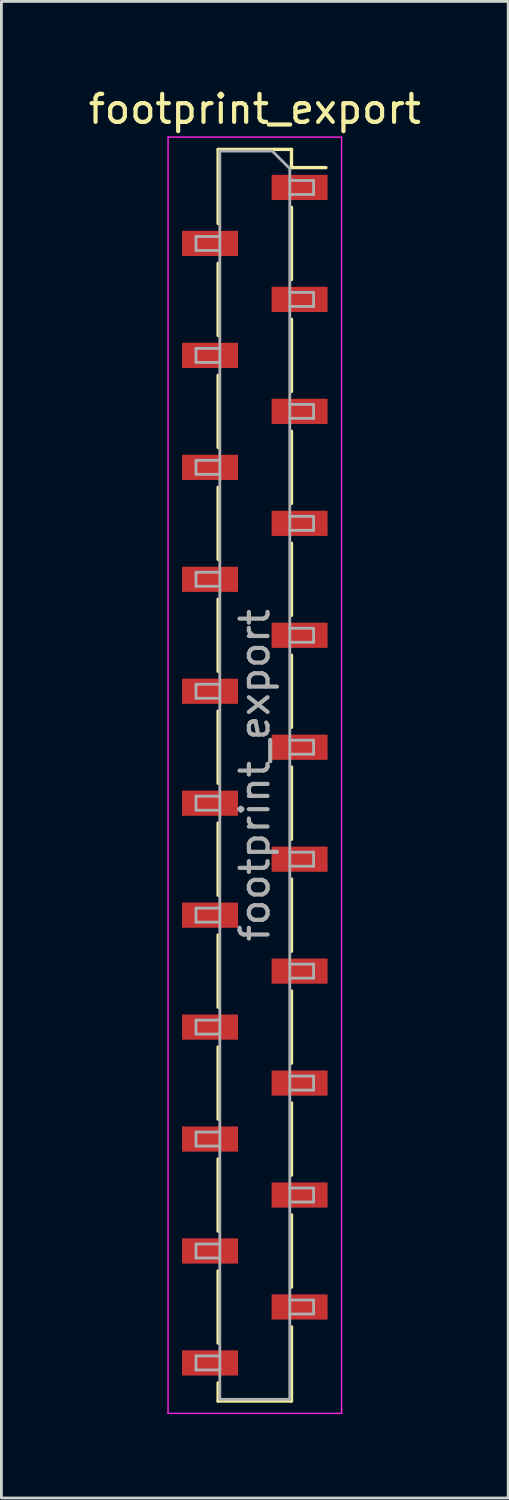
<source format=kicad_pcb>
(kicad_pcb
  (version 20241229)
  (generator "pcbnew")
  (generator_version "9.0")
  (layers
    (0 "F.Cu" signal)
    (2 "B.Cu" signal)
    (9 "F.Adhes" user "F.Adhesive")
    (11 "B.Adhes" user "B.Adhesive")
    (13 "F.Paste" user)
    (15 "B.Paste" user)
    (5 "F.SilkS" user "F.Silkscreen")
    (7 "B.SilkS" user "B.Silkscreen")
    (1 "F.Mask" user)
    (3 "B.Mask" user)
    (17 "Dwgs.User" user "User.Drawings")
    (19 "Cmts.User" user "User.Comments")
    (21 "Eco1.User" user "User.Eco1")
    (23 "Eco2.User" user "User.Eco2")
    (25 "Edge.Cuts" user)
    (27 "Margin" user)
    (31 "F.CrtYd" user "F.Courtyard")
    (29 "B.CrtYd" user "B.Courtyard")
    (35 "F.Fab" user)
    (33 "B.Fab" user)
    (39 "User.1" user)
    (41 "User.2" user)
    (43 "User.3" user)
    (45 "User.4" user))
  (footprint "footprint_export"
    (layer "F.Cu")
    (at 6.054 24.648)
    (property "Reference" "footprint_export" (at 0 -23.8 0) (layer "F.SilkS") (effects (font (size 1 1) (thickness 0.15))))
    (attr smd)
    (fp_line (start -1.31 -22.36) (end -1.31 -19.71) (stroke (width 0.12) (type solid)) (layer "F.SilkS"))
    (fp_line (start -1.31 -22.36) (end 1.31 -22.36) (stroke (width 0.12) (type solid)) (layer "F.SilkS"))
    (fp_line (start -1.31 -18.29) (end -1.31 -15.71) (stroke (width 0.12) (type solid)) (layer "F.SilkS"))
    (fp_line (start -1.31 -14.29) (end -1.31 -11.71) (stroke (width 0.12) (type solid)) (layer "F.SilkS"))
    (fp_line (start -1.31 -10.29) (end -1.31 -7.71) (stroke (width 0.12) (type solid)) (layer "F.SilkS"))
    (fp_line (start -1.31 -6.29) (end -1.31 -3.71) (stroke (width 0.12) (type solid)) (layer "F.SilkS"))
    (fp_line (start -1.31 -2.29) (end -1.31 0.29) (stroke (width 0.12) (type solid)) (layer "F.SilkS"))
    (fp_line (start -1.31 1.71) (end -1.31 4.29) (stroke (width 0.12) (type solid)) (layer "F.SilkS"))
    (fp_line (start -1.31 5.71) (end -1.31 8.29) (stroke (width 0.12) (type solid)) (layer "F.SilkS"))
    (fp_line (start -1.31 9.71) (end -1.31 12.29) (stroke (width 0.12) (type solid)) (layer "F.SilkS"))
    (fp_line (start -1.31 13.71) (end -1.31 16.29) (stroke (width 0.12) (type solid)) (layer "F.SilkS"))
    (fp_line (start -1.31 17.71) (end -1.31 20.29) (stroke (width 0.12) (type solid)) (layer "F.SilkS"))
    (fp_line (start -1.31 21.71) (end -1.31 22.36) (stroke (width 0.12) (type solid)) (layer "F.SilkS"))
    (fp_line (start -1.31 22.36) (end 1.31 22.36) (stroke (width 0.12) (type solid)) (layer "F.SilkS"))
    (fp_line (start 1.31 -22.36) (end 1.31 -21.71) (stroke (width 0.12) (type solid)) (layer "F.SilkS"))
    (fp_line (start 1.31 -21.71) (end 2.54 -21.71) (stroke (width 0.12) (type solid)) (layer "F.SilkS"))
    (fp_line (start 1.31 -20.29) (end 1.31 -17.71) (stroke (width 0.12) (type solid)) (layer "F.SilkS"))
    (fp_line (start 1.31 -16.29) (end 1.31 -13.71) (stroke (width 0.12) (type solid)) (layer "F.SilkS"))
    (fp_line (start 1.31 -12.29) (end 1.31 -9.71) (stroke (width 0.12) (type solid)) (layer "F.SilkS"))
    (fp_line (start 1.31 -8.29) (end 1.31 -5.71) (stroke (width 0.12) (type solid)) (layer "F.SilkS"))
    (fp_line (start 1.31 -4.29) (end 1.31 -1.71) (stroke (width 0.12) (type solid)) (layer "F.SilkS"))
    (fp_line (start 1.31 -0.29) (end 1.31 2.29) (stroke (width 0.12) (type solid)) (layer "F.SilkS"))
    (fp_line (start 1.31 3.71) (end 1.31 6.29) (stroke (width 0.12) (type solid)) (layer "F.SilkS"))
    (fp_line (start 1.31 7.71) (end 1.31 10.29) (stroke (width 0.12) (type solid)) (layer "F.SilkS"))
    (fp_line (start 1.31 11.71) (end 1.31 14.29) (stroke (width 0.12) (type solid)) (layer "F.SilkS"))
    (fp_line (start 1.31 15.71) (end 1.31 18.29) (stroke (width 0.12) (type solid)) (layer "F.SilkS"))
    (fp_line (start 1.31 19.71) (end 1.31 22.36) (stroke (width 0.12) (type solid)) (layer "F.SilkS"))
    (fp_line (start -3.1 -22.8) (end 3.1 -22.8) (stroke (width 0.05) (type solid)) (layer "F.CrtYd"))
    (fp_line (start -3.1 22.8) (end -3.1 -22.8) (stroke (width 0.05) (type solid)) (layer "F.CrtYd"))
    (fp_line (start 3.1 -22.8) (end 3.1 22.8) (stroke (width 0.05) (type solid)) (layer "F.CrtYd"))
    (fp_line (start 3.1 22.8) (end -3.1 22.8) (stroke (width 0.05) (type solid)) (layer "F.CrtYd"))
    (fp_line (start -2.1 -19.25) (end -1.25 -19.25) (stroke (width 0.1) (type solid)) (layer "F.Fab"))
    (fp_line (start -2.1 -18.75) (end -2.1 -19.25) (stroke (width 0.1) (type solid)) (layer "F.Fab"))
    (fp_line (start -2.1 -15.25) (end -1.25 -15.25) (stroke (width 0.1) (type solid)) (layer "F.Fab"))
    (fp_line (start -2.1 -14.75) (end -2.1 -15.25) (stroke (width 0.1) (type solid)) (layer "F.Fab"))
    (fp_line (start -2.1 -11.25) (end -1.25 -11.25) (stroke (width 0.1) (type solid)) (layer "F.Fab"))
    (fp_line (start -2.1 -10.75) (end -2.1 -11.25) (stroke (width 0.1) (type solid)) (layer "F.Fab"))
    (fp_line (start -2.1 -7.25) (end -1.25 -7.25) (stroke (width 0.1) (type solid)) (layer "F.Fab"))
    (fp_line (start -2.1 -6.75) (end -2.1 -7.25) (stroke (width 0.1) (type solid)) (layer "F.Fab"))
    (fp_line (start -2.1 -3.25) (end -1.25 -3.25) (stroke (width 0.1) (type solid)) (layer "F.Fab"))
    (fp_line (start -2.1 -2.75) (end -2.1 -3.25) (stroke (width 0.1) (type solid)) (layer "F.Fab"))
    (fp_line (start -2.1 0.75) (end -1.25 0.75) (stroke (width 0.1) (type solid)) (layer "F.Fab"))
    (fp_line (start -2.1 1.25) (end -2.1 0.75) (stroke (width 0.1) (type solid)) (layer "F.Fab"))
    (fp_line (start -2.1 4.75) (end -1.25 4.75) (stroke (width 0.1) (type solid)) (layer "F.Fab"))
    (fp_line (start -2.1 5.25) (end -2.1 4.75) (stroke (width 0.1) (type solid)) (layer "F.Fab"))
    (fp_line (start -2.1 8.75) (end -1.25 8.75) (stroke (width 0.1) (type solid)) (layer "F.Fab"))
    (fp_line (start -2.1 9.25) (end -2.1 8.75) (stroke (width 0.1) (type solid)) (layer "F.Fab"))
    (fp_line (start -2.1 12.75) (end -1.25 12.75) (stroke (width 0.1) (type solid)) (layer "F.Fab"))
    (fp_line (start -2.1 13.25) (end -2.1 12.75) (stroke (width 0.1) (type solid)) (layer "F.Fab"))
    (fp_line (start -2.1 16.75) (end -1.25 16.75) (stroke (width 0.1) (type solid)) (layer "F.Fab"))
    (fp_line (start -2.1 17.25) (end -2.1 16.75) (stroke (width 0.1) (type solid)) (layer "F.Fab"))
    (fp_line (start -2.1 20.75) (end -1.25 20.75) (stroke (width 0.1) (type solid)) (layer "F.Fab"))
    (fp_line (start -2.1 21.25) (end -2.1 20.75) (stroke (width 0.1) (type solid)) (layer "F.Fab"))
    (fp_line (start -1.25 -22.3) (end 0.625 -22.3) (stroke (width 0.1) (type solid)) (layer "F.Fab"))
    (fp_line (start -1.25 -18.75) (end -2.1 -18.75) (stroke (width 0.1) (type solid)) (layer "F.Fab"))
    (fp_line (start -1.25 -14.75) (end -2.1 -14.75) (stroke (width 0.1) (type solid)) (layer "F.Fab"))
    (fp_line (start -1.25 -10.75) (end -2.1 -10.75) (stroke (width 0.1) (type solid)) (layer "F.Fab"))
    (fp_line (start -1.25 -6.75) (end -2.1 -6.75) (stroke (width 0.1) (type solid)) (layer "F.Fab"))
    (fp_line (start -1.25 -2.75) (end -2.1 -2.75) (stroke (width 0.1) (type solid)) (layer "F.Fab"))
    (fp_line (start -1.25 1.25) (end -2.1 1.25) (stroke (width 0.1) (type solid)) (layer "F.Fab"))
    (fp_line (start -1.25 5.25) (end -2.1 5.25) (stroke (width 0.1) (type solid)) (layer "F.Fab"))
    (fp_line (start -1.25 9.25) (end -2.1 9.25) (stroke (width 0.1) (type solid)) (layer "F.Fab"))
    (fp_line (start -1.25 13.25) (end -2.1 13.25) (stroke (width 0.1) (type solid)) (layer "F.Fab"))
    (fp_line (start -1.25 17.25) (end -2.1 17.25) (stroke (width 0.1) (type solid)) (layer "F.Fab"))
    (fp_line (start -1.25 21.25) (end -2.1 21.25) (stroke (width 0.1) (type solid)) (layer "F.Fab"))
    (fp_line (start -1.25 22.3) (end -1.25 -22.3) (stroke (width 0.1) (type solid)) (layer "F.Fab"))
    (fp_line (start 0.625 -22.3) (end 1.25 -21.675) (stroke (width 0.1) (type solid)) (layer "F.Fab"))
    (fp_line (start 1.25 -21.675) (end 1.25 22.3) (stroke (width 0.1) (type solid)) (layer "F.Fab"))
    (fp_line (start 1.25 -21.25) (end 2.1 -21.25) (stroke (width 0.1) (type solid)) (layer "F.Fab"))
    (fp_line (start 1.25 -17.25) (end 2.1 -17.25) (stroke (width 0.1) (type solid)) (layer "F.Fab"))
    (fp_line (start 1.25 -13.25) (end 2.1 -13.25) (stroke (width 0.1) (type solid)) (layer "F.Fab"))
    (fp_line (start 1.25 -9.25) (end 2.1 -9.25) (stroke (width 0.1) (type solid)) (layer "F.Fab"))
    (fp_line (start 1.25 -5.25) (end 2.1 -5.25) (stroke (width 0.1) (type solid)) (layer "F.Fab"))
    (fp_line (start 1.25 -1.25) (end 2.1 -1.25) (stroke (width 0.1) (type solid)) (layer "F.Fab"))
    (fp_line (start 1.25 2.75) (end 2.1 2.75) (stroke (width 0.1) (type solid)) (layer "F.Fab"))
    (fp_line (start 1.25 6.75) (end 2.1 6.75) (stroke (width 0.1) (type solid)) (layer "F.Fab"))
    (fp_line (start 1.25 10.75) (end 2.1 10.75) (stroke (width 0.1) (type solid)) (layer "F.Fab"))
    (fp_line (start 1.25 14.75) (end 2.1 14.75) (stroke (width 0.1) (type solid)) (layer "F.Fab"))
    (fp_line (start 1.25 18.75) (end 2.1 18.75) (stroke (width 0.1) (type solid)) (layer "F.Fab"))
    (fp_line (start 1.25 22.3) (end -1.25 22.3) (stroke (width 0.1) (type solid)) (layer "F.Fab"))
    (fp_line (start 2.1 -21.25) (end 2.1 -20.75) (stroke (width 0.1) (type solid)) (layer "F.Fab"))
    (fp_line (start 2.1 -20.75) (end 1.25 -20.75) (stroke (width 0.1) (type solid)) (layer "F.Fab"))
    (fp_line (start 2.1 -17.25) (end 2.1 -16.75) (stroke (width 0.1) (type solid)) (layer "F.Fab"))
    (fp_line (start 2.1 -16.75) (end 1.25 -16.75) (stroke (width 0.1) (type solid)) (layer "F.Fab"))
    (fp_line (start 2.1 -13.25) (end 2.1 -12.75) (stroke (width 0.1) (type solid)) (layer "F.Fab"))
    (fp_line (start 2.1 -12.75) (end 1.25 -12.75) (stroke (width 0.1) (type solid)) (layer "F.Fab"))
    (fp_line (start 2.1 -9.25) (end 2.1 -8.75) (stroke (width 0.1) (type solid)) (layer "F.Fab"))
    (fp_line (start 2.1 -8.75) (end 1.25 -8.75) (stroke (width 0.1) (type solid)) (layer "F.Fab"))
    (fp_line (start 2.1 -5.25) (end 2.1 -4.75) (stroke (width 0.1) (type solid)) (layer "F.Fab"))
    (fp_line (start 2.1 -4.75) (end 1.25 -4.75) (stroke (width 0.1) (type solid)) (layer "F.Fab"))
    (fp_line (start 2.1 -1.25) (end 2.1 -0.75) (stroke (width 0.1) (type solid)) (layer "F.Fab"))
    (fp_line (start 2.1 -0.75) (end 1.25 -0.75) (stroke (width 0.1) (type solid)) (layer "F.Fab"))
    (fp_line (start 2.1 2.75) (end 2.1 3.25) (stroke (width 0.1) (type solid)) (layer "F.Fab"))
    (fp_line (start 2.1 3.25) (end 1.25 3.25) (stroke (width 0.1) (type solid)) (layer "F.Fab"))
    (fp_line (start 2.1 6.75) (end 2.1 7.25) (stroke (width 0.1) (type solid)) (layer "F.Fab"))
    (fp_line (start 2.1 7.25) (end 1.25 7.25) (stroke (width 0.1) (type solid)) (layer "F.Fab"))
    (fp_line (start 2.1 10.75) (end 2.1 11.25) (stroke (width 0.1) (type solid)) (layer "F.Fab"))
    (fp_line (start 2.1 11.25) (end 1.25 11.25) (stroke (width 0.1) (type solid)) (layer "F.Fab"))
    (fp_line (start 2.1 14.75) (end 2.1 15.25) (stroke (width 0.1) (type solid)) (layer "F.Fab"))
    (fp_line (start 2.1 15.25) (end 1.25 15.25) (stroke (width 0.1) (type solid)) (layer "F.Fab"))
    (fp_line (start 2.1 18.75) (end 2.1 19.25) (stroke (width 0.1) (type solid)) (layer "F.Fab"))
    (fp_line (start 2.1 19.25) (end 1.25 19.25) (stroke (width 0.1) (type solid)) (layer "F.Fab"))
    (fp_text user "${REFERENCE}" (at 0 0 90) (layer "F.Fab") (effects (font (size 1 1) (thickness 0.15))))
    (pad "1" smd rect (at 1.6 -21) (size 2 0.9) (layers "F.Cu" "F.Mask" "F.Paste"))
    (pad "2" smd rect (at -1.6 -19) (size 2 0.9) (layers "F.Cu" "F.Mask" "F.Paste"))
    (pad "3" smd rect (at 1.6 -17) (size 2 0.9) (layers "F.Cu" "F.Mask" "F.Paste"))
    (pad "4" smd rect (at -1.6 -15) (size 2 0.9) (layers "F.Cu" "F.Mask" "F.Paste"))
    (pad "5" smd rect (at 1.6 -13) (size 2 0.9) (layers "F.Cu" "F.Mask" "F.Paste"))
    (pad "6" smd rect (at -1.6 -11) (size 2 0.9) (layers "F.Cu" "F.Mask" "F.Paste"))
    (pad "7" smd rect (at 1.6 -9) (size 2 0.9) (layers "F.Cu" "F.Mask" "F.Paste"))
    (pad "8" smd rect (at -1.6 -7) (size 2 0.9) (layers "F.Cu" "F.Mask" "F.Paste"))
    (pad "9" smd rect (at 1.6 -5) (size 2 0.9) (layers "F.Cu" "F.Mask" "F.Paste"))
    (pad "10" smd rect (at -1.6 -3) (size 2 0.9) (layers "F.Cu" "F.Mask" "F.Paste"))
    (pad "11" smd rect (at 1.6 -1) (size 2 0.9) (layers "F.Cu" "F.Mask" "F.Paste"))
    (pad "12" smd rect (at -1.6 1) (size 2 0.9) (layers "F.Cu" "F.Mask" "F.Paste"))
    (pad "13" smd rect (at 1.6 3) (size 2 0.9) (layers "F.Cu" "F.Mask" "F.Paste"))
    (pad "14" smd rect (at -1.6 5) (size 2 0.9) (layers "F.Cu" "F.Mask" "F.Paste"))
    (pad "15" smd rect (at 1.6 7) (size 2 0.9) (layers "F.Cu" "F.Mask" "F.Paste"))
    (pad "16" smd rect (at -1.6 9) (size 2 0.9) (layers "F.Cu" "F.Mask" "F.Paste"))
    (pad "17" smd rect (at 1.6 11) (size 2 0.9) (layers "F.Cu" "F.Mask" "F.Paste"))
    (pad "18" smd rect (at -1.6 13) (size 2 0.9) (layers "F.Cu" "F.Mask" "F.Paste"))
    (pad "19" smd rect (at 1.6 15) (size 2 0.9) (layers "F.Cu" "F.Mask" "F.Paste"))
    (pad "20" smd rect (at -1.6 17) (size 2 0.9) (layers "F.Cu" "F.Mask" "F.Paste"))
    (pad "21" smd rect (at 1.6 19) (size 2 0.9) (layers "F.Cu" "F.Mask" "F.Paste"))
    (pad "22" smd rect (at -1.6 21) (size 2 0.9) (layers "F.Cu" "F.Mask" "F.Paste")))
  (gr_rect
    (start -3 -3)
    (end 15.107 50.473)
    (stroke (width 0.1) (type default))
    (fill no)
    (layer "Edge.Cuts")))
</source>
